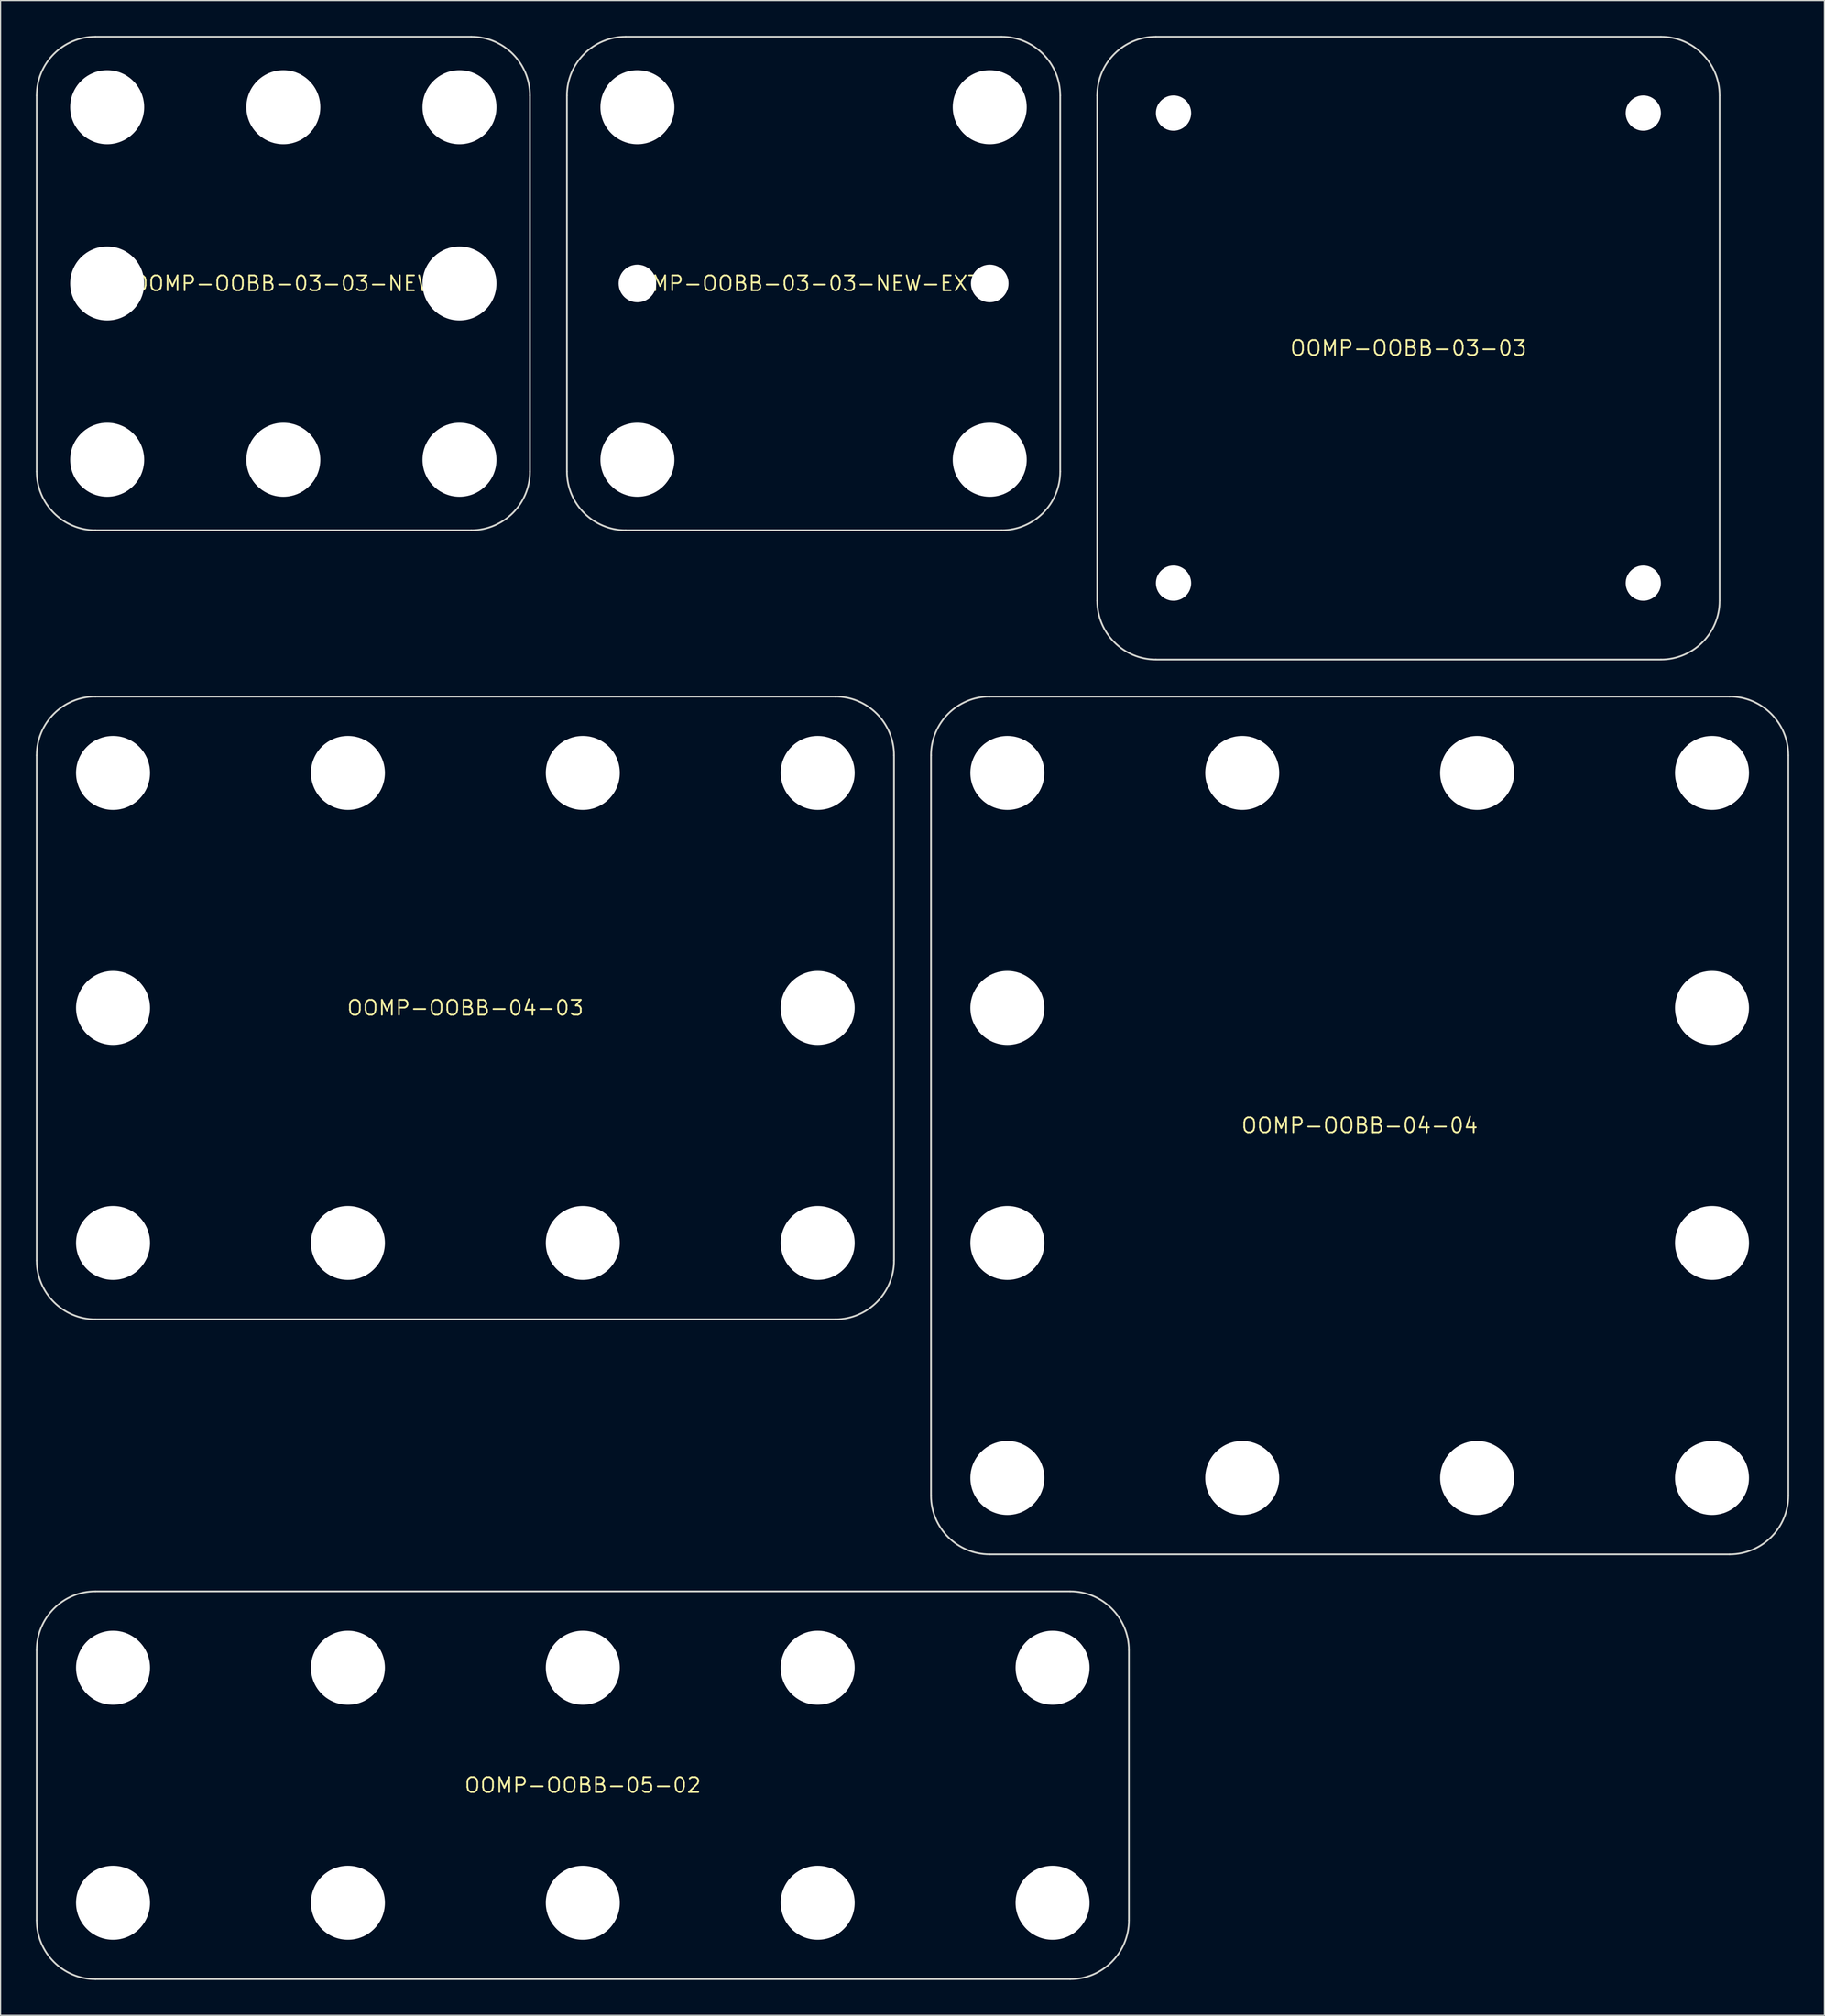
<source format=kicad_pcb>
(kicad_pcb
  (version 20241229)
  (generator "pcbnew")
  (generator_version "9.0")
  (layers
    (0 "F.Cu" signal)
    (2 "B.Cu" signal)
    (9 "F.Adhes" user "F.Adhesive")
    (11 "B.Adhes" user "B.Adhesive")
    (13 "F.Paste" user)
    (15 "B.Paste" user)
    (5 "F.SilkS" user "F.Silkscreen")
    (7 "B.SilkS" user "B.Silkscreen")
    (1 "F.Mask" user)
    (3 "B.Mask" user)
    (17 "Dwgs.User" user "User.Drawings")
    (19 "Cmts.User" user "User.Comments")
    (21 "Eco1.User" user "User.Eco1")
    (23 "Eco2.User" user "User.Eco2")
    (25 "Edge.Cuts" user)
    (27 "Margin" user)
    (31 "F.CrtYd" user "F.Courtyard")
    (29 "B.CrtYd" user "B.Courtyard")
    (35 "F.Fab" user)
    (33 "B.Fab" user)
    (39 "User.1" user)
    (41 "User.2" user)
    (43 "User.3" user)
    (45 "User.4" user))
  (footprint "OOMP-OOBB-05-02"
    (layer "F.Cu")
    (at 46.575 148.875)
    (property "Reference" "OOMP-OOBB-05-02" (at 0 0 0) (layer "F.SilkS") (effects (font (size 1.27 1.27) (thickness 0.15))))
    (attr through_hole)
    (fp_line (start -46.5 11.5) (end -46.5 -11.5) (stroke (width 0.15) (type solid)) (layer "Edge.Cuts"))
    (fp_line (start -41.5 -16.5) (end 41.5 -16.5) (stroke (width 0.15) (type solid)) (layer "Edge.Cuts"))
    (fp_line (start 41.5 16.5) (end -41.5 16.5) (stroke (width 0.15) (type solid)) (layer "Edge.Cuts"))
    (fp_line (start 46.5 11.5) (end 46.5 -11.5) (stroke (width 0.15) (type solid)) (layer "Edge.Cuts"))
    (fp_arc (start -46.5 -11.5) (mid -45.035534 -15.035534) (end -41.5 -16.5) (stroke (width 0.15) (type solid)) (layer "Edge.Cuts"))
    (fp_arc (start -41.5 16.5) (mid -45.035534 15.035534) (end -46.5 11.5) (stroke (width 0.15) (type solid)) (layer "Edge.Cuts"))
    (fp_arc (start 41.5 -16.5) (mid 45.035534 -15.035534) (end 46.5 -11.5) (stroke (width 0.15) (type solid)) (layer "Edge.Cuts"))
    (fp_arc (start 46.5 11.5) (mid 45.035534 15.035534) (end 41.5 16.5) (stroke (width 0.15) (type solid)) (layer "Edge.Cuts"))
    (pad "" np_thru_hole circle (at -40 -10) (size 6.3 6.3) (drill 6.3) (layers "*.Cu" "*.Mask"))
    (pad "" np_thru_hole circle (at -40 10) (size 6.3 6.3) (drill 6.3) (layers "*.Cu" "*.Mask"))
    (pad "" np_thru_hole circle (at -20 -10) (size 6.3 6.3) (drill 6.3) (layers "*.Cu" "*.Mask"))
    (pad "" np_thru_hole circle (at -20 10) (size 6.3 6.3) (drill 6.3) (layers "*.Cu" "*.Mask"))
    (pad "" np_thru_hole circle (at 0 -10) (size 6.3 6.3) (drill 6.3) (layers "*.Cu" "*.Mask"))
    (pad "" np_thru_hole circle (at 0 10) (size 6.3 6.3) (drill 6.3) (layers "*.Cu" "*.Mask"))
    (pad "" np_thru_hole circle (at 20 -10) (size 6.3 6.3) (drill 6.3) (layers "*.Cu" "*.Mask"))
    (pad "" np_thru_hole circle (at 20 10) (size 6.3 6.3) (drill 6.3) (layers "*.Cu" "*.Mask"))
    (pad "" np_thru_hole circle (at 40 -10) (size 6.3 6.3) (drill 6.3) (layers "*.Cu" "*.Mask"))
    (pad "" np_thru_hole circle (at 40 10) (size 6.3 6.3) (drill 6.3) (layers "*.Cu" "*.Mask")))
  (footprint "OOMP-OOBB-03-03"
    (layer "F.Cu")
    (at 116.875 26.575)
    (property "Reference" "OOMP-OOBB-03-03" (at 0 0 0) (layer "F.SilkS") (effects (font (size 1.27 1.27) (thickness 0.15))))
    (attr through_hole)
    (fp_line (start -26.5 21.5) (end -26.5 -21.5) (stroke (width 0.15) (type solid)) (layer "Edge.Cuts"))
    (fp_line (start -21.5 -26.5) (end 21.5 -26.5) (stroke (width 0.15) (type solid)) (layer "Edge.Cuts"))
    (fp_line (start 21.5 26.5) (end -21.5 26.5) (stroke (width 0.15) (type solid)) (layer "Edge.Cuts"))
    (fp_line (start 26.5 21.5) (end 26.5 -21.5) (stroke (width 0.15) (type solid)) (layer "Edge.Cuts"))
    (fp_arc (start -26.5 -21.5) (mid -25.035534 -25.035534) (end -21.5 -26.5) (stroke (width 0.15) (type solid)) (layer "Edge.Cuts"))
    (fp_arc (start -21.5 26.5) (mid -25.035534 25.035534) (end -26.5 21.5) (stroke (width 0.15) (type solid)) (layer "Edge.Cuts"))
    (fp_arc (start 21.5 -26.5) (mid 25.035534 -25.035534) (end 26.5 -21.5) (stroke (width 0.15) (type solid)) (layer "Edge.Cuts"))
    (fp_arc (start 26.5 21.5) (mid 25.035534 25.035534) (end 21.5 26.5) (stroke (width 0.15) (type solid)) (layer "Edge.Cuts"))
    (pad "" np_thru_hole circle (at -20 -20) (size 3 3) (drill 3) (layers "*.Cu" "*.Mask"))
    (pad "" np_thru_hole circle (at -20 20) (size 3 3) (drill 3) (layers "*.Cu" "*.Mask"))
    (pad "" np_thru_hole circle (at 20 -20) (size 3 3) (drill 3) (layers "*.Cu" "*.Mask"))
    (pad "" np_thru_hole circle (at 20 20) (size 3 3) (drill 3) (layers "*.Cu" "*.Mask")))
  (footprint "OOMP-OOBB-04-03"
    (layer "F.Cu")
    (at 36.575 82.725)
    (property "Reference" "OOMP-OOBB-04-03" (at 0 0 0) (layer "F.SilkS") (effects (font (size 1.27 1.27) (thickness 0.15))))
    (attr through_hole)
    (fp_line (start -36.5 21.5) (end -36.5 -21.5) (stroke (width 0.15) (type solid)) (layer "Edge.Cuts"))
    (fp_line (start -31.5 -26.5) (end 31.5 -26.5) (stroke (width 0.15) (type solid)) (layer "Edge.Cuts"))
    (fp_line (start 31.5 26.5) (end -31.5 26.5) (stroke (width 0.15) (type solid)) (layer "Edge.Cuts"))
    (fp_line (start 36.5 21.5) (end 36.5 -21.5) (stroke (width 0.15) (type solid)) (layer "Edge.Cuts"))
    (fp_arc (start -36.5 -21.5) (mid -35.035534 -25.035534) (end -31.5 -26.5) (stroke (width 0.15) (type solid)) (layer "Edge.Cuts"))
    (fp_arc (start -31.5 26.5) (mid -35.035534 25.035534) (end -36.5 21.5) (stroke (width 0.15) (type solid)) (layer "Edge.Cuts"))
    (fp_arc (start 31.5 -26.5) (mid 35.035534 -25.035534) (end 36.5 -21.5) (stroke (width 0.15) (type solid)) (layer "Edge.Cuts"))
    (fp_arc (start 36.5 21.5) (mid 35.035534 25.035534) (end 31.5 26.5) (stroke (width 0.15) (type solid)) (layer "Edge.Cuts"))
    (pad "" np_thru_hole circle (at -30 -20) (size 6.3 6.3) (drill 6.3) (layers "*.Cu" "*.Mask"))
    (pad "" np_thru_hole circle (at -30 0) (size 6.3 6.3) (drill 6.3) (layers "*.Cu" "*.Mask"))
    (pad "" np_thru_hole circle (at -30 20) (size 6.3 6.3) (drill 6.3) (layers "*.Cu" "*.Mask"))
    (pad "" np_thru_hole circle (at -10 -20) (size 6.3 6.3) (drill 6.3) (layers "*.Cu" "*.Mask"))
    (pad "" np_thru_hole circle (at -10 20) (size 6.3 6.3) (drill 6.3) (layers "*.Cu" "*.Mask"))
    (pad "" np_thru_hole circle (at 10 -20) (size 6.3 6.3) (drill 6.3) (layers "*.Cu" "*.Mask"))
    (pad "" np_thru_hole circle (at 10 20) (size 6.3 6.3) (drill 6.3) (layers "*.Cu" "*.Mask"))
    (pad "" np_thru_hole circle (at 30 -20) (size 6.3 6.3) (drill 6.3) (layers "*.Cu" "*.Mask"))
    (pad "" np_thru_hole circle (at 30 0) (size 6.3 6.3) (drill 6.3) (layers "*.Cu" "*.Mask"))
    (pad "" np_thru_hole circle (at 30 20) (size 6.3 6.3) (drill 6.3) (layers "*.Cu" "*.Mask")))
  (footprint "OOMP-OOBB-04-04"
    (layer "F.Cu")
    (at 112.725 92.725)
    (property "Reference" "OOMP-OOBB-04-04" (at 0 0 0) (layer "F.SilkS") (effects (font (size 1.27 1.27) (thickness 0.15))))
    (attr through_hole)
    (fp_line (start -36.5 31.5) (end -36.5 -31.5) (stroke (width 0.15) (type solid)) (layer "Edge.Cuts"))
    (fp_line (start -31.5 -36.5) (end 31.5 -36.5) (stroke (width 0.15) (type solid)) (layer "Edge.Cuts"))
    (fp_line (start 31.5 36.5) (end -31.5 36.5) (stroke (width 0.15) (type solid)) (layer "Edge.Cuts"))
    (fp_line (start 36.5 31.5) (end 36.5 -31.5) (stroke (width 0.15) (type solid)) (layer "Edge.Cuts"))
    (fp_arc (start -36.5 -31.5) (mid -35.035534 -35.035534) (end -31.5 -36.5) (stroke (width 0.15) (type solid)) (layer "Edge.Cuts"))
    (fp_arc (start -31.5 36.5) (mid -35.035534 35.035534) (end -36.5 31.5) (stroke (width 0.15) (type solid)) (layer "Edge.Cuts"))
    (fp_arc (start 31.5 -36.5) (mid 35.035534 -35.035534) (end 36.5 -31.5) (stroke (width 0.15) (type solid)) (layer "Edge.Cuts"))
    (fp_arc (start 36.5 31.5) (mid 35.035534 35.035534) (end 31.5 36.5) (stroke (width 0.15) (type solid)) (layer "Edge.Cuts"))
    (pad "" np_thru_hole circle (at -30 -30) (size 6.3 6.3) (drill 6.3) (layers "*.Cu" "*.Mask"))
    (pad "" np_thru_hole circle (at -30 -10) (size 6.3 6.3) (drill 6.3) (layers "*.Cu" "*.Mask"))
    (pad "" np_thru_hole circle (at -30 10) (size 6.3 6.3) (drill 6.3) (layers "*.Cu" "*.Mask"))
    (pad "" np_thru_hole circle (at -30 30) (size 6.3 6.3) (drill 6.3) (layers "*.Cu" "*.Mask"))
    (pad "" np_thru_hole circle (at -10 -30) (size 6.3 6.3) (drill 6.3) (layers "*.Cu" "*.Mask"))
    (pad "" np_thru_hole circle (at -10 30) (size 6.3 6.3) (drill 6.3) (layers "*.Cu" "*.Mask"))
    (pad "" np_thru_hole circle (at 10 -30) (size 6.3 6.3) (drill 6.3) (layers "*.Cu" "*.Mask"))
    (pad "" np_thru_hole circle (at 10 30) (size 6.3 6.3) (drill 6.3) (layers "*.Cu" "*.Mask"))
    (pad "" np_thru_hole circle (at 30 -30) (size 6.3 6.3) (drill 6.3) (layers "*.Cu" "*.Mask"))
    (pad "" np_thru_hole circle (at 30 -10) (size 6.3 6.3) (drill 6.3) (layers "*.Cu" "*.Mask"))
    (pad "" np_thru_hole circle (at 30 10) (size 6.3 6.3) (drill 6.3) (layers "*.Cu" "*.Mask"))
    (pad "" np_thru_hole circle (at 30 30) (size 6.3 6.3) (drill 6.3) (layers "*.Cu" "*.Mask")))
  (footprint "OOMP-OOBB-03-03-NEW"
    (layer "F.Cu")
    (at 21.075 21.075)
    (property "Reference" "OOMP-OOBB-03-03-NEW" (at 0 0 0) (layer "F.SilkS") (effects (font (size 1.27 1.27) (thickness 0.15))))
    (attr through_hole)
    (fp_line (start -21 16) (end -21 -16) (stroke (width 0.15) (type solid)) (layer "Edge.Cuts"))
    (fp_line (start -16 -21) (end 16 -21) (stroke (width 0.15) (type solid)) (layer "Edge.Cuts"))
    (fp_line (start 16 21) (end -16 21) (stroke (width 0.15) (type solid)) (layer "Edge.Cuts"))
    (fp_line (start 21 16) (end 21 -16) (stroke (width 0.15) (type solid)) (layer "Edge.Cuts"))
    (fp_arc (start -21 -16) (mid -19.535534 -19.535534) (end -16 -21) (stroke (width 0.15) (type solid)) (layer "Edge.Cuts"))
    (fp_arc (start -16 21) (mid -19.535534 19.535534) (end -21 16) (stroke (width 0.15) (type solid)) (layer "Edge.Cuts"))
    (fp_arc (start 16 -21) (mid 19.535534 -19.535534) (end 21 -16) (stroke (width 0.15) (type solid)) (layer "Edge.Cuts"))
    (fp_arc (start 21 16) (mid 19.535534 19.535534) (end 16 21) (stroke (width 0.15) (type solid)) (layer "Edge.Cuts"))
    (pad "" np_thru_hole circle (at -15 -15) (size 6.3 6.3) (drill 6.3) (layers "*.Cu" "*.Mask"))
    (pad "" np_thru_hole circle (at -15 0) (size 6.3 6.3) (drill 6.3) (layers "*.Cu" "*.Mask"))
    (pad "" np_thru_hole circle (at -15 15) (size 6.3 6.3) (drill 6.3) (layers "*.Cu" "*.Mask"))
    (pad "" np_thru_hole circle (at 0 -15) (size 6.3 6.3) (drill 6.3) (layers "*.Cu" "*.Mask"))
    (pad "" np_thru_hole circle (at 0 15) (size 6.3 6.3) (drill 6.3) (layers "*.Cu" "*.Mask"))
    (pad "" np_thru_hole circle (at 15 -15) (size 6.3 6.3) (drill 6.3) (layers "*.Cu" "*.Mask"))
    (pad "" np_thru_hole circle (at 15 0) (size 6.3 6.3) (drill 6.3) (layers "*.Cu" "*.Mask"))
    (pad "" np_thru_hole circle (at 15 15) (size 6.3 6.3) (drill 6.3) (layers "*.Cu" "*.Mask")))
  (footprint "OOMP-OOBB-03-03-NEW-EXTRA"
    (layer "F.Cu")
    (at 66.225 21.075)
    (property "Reference" "OOMP-OOBB-03-03-NEW-EXTRA" (at 0 0 0) (layer "F.SilkS") (effects (font (size 1.27 1.27) (thickness 0.15))))
    (attr through_hole)
    (fp_line (start -21 16) (end -21 -16) (stroke (width 0.15) (type solid)) (layer "Edge.Cuts"))
    (fp_line (start -16 -21) (end 16 -21) (stroke (width 0.15) (type solid)) (layer "Edge.Cuts"))
    (fp_line (start 16 21) (end -16 21) (stroke (width 0.15) (type solid)) (layer "Edge.Cuts"))
    (fp_line (start 21 16) (end 21 -16) (stroke (width 0.15) (type solid)) (layer "Edge.Cuts"))
    (fp_arc (start -21 -16) (mid -19.535534 -19.535534) (end -16 -21) (stroke (width 0.15) (type solid)) (layer "Edge.Cuts"))
    (fp_arc (start -16 21) (mid -19.535534 19.535534) (end -21 16) (stroke (width 0.15) (type solid)) (layer "Edge.Cuts"))
    (fp_arc (start 16 -21) (mid 19.535534 -19.535534) (end 21 -16) (stroke (width 0.15) (type solid)) (layer "Edge.Cuts"))
    (fp_arc (start 21 16) (mid 19.535534 19.535534) (end 16 21) (stroke (width 0.15) (type solid)) (layer "Edge.Cuts"))
    (pad "" np_thru_hole circle (at -15 -15) (size 6.3 6.3) (drill 6.3) (layers "*.Cu" "*.Mask"))
    (pad "" np_thru_hole circle (at -15 0) (size 3.2 3.2) (drill 3.2) (layers "*.Cu" "*.Mask"))
    (pad "" np_thru_hole circle (at -15 15) (size 6.3 6.3) (drill 6.3) (layers "*.Cu" "*.Mask"))
    (pad "" np_thru_hole circle (at 15 -15) (size 6.3 6.3) (drill 6.3) (layers "*.Cu" "*.Mask"))
    (pad "" np_thru_hole circle (at 15 0) (size 3.2 3.2) (drill 3.2) (layers "*.Cu" "*.Mask"))
    (pad "" np_thru_hole circle (at 15 15) (size 6.3 6.3) (drill 6.3) (layers "*.Cu" "*.Mask")))
  (gr_rect
    (start -3 -3)
    (end 152.3 168.45)
    (stroke (width 0.1) (type default))
    (fill no)
    (layer "Edge.Cuts")))
</source>
